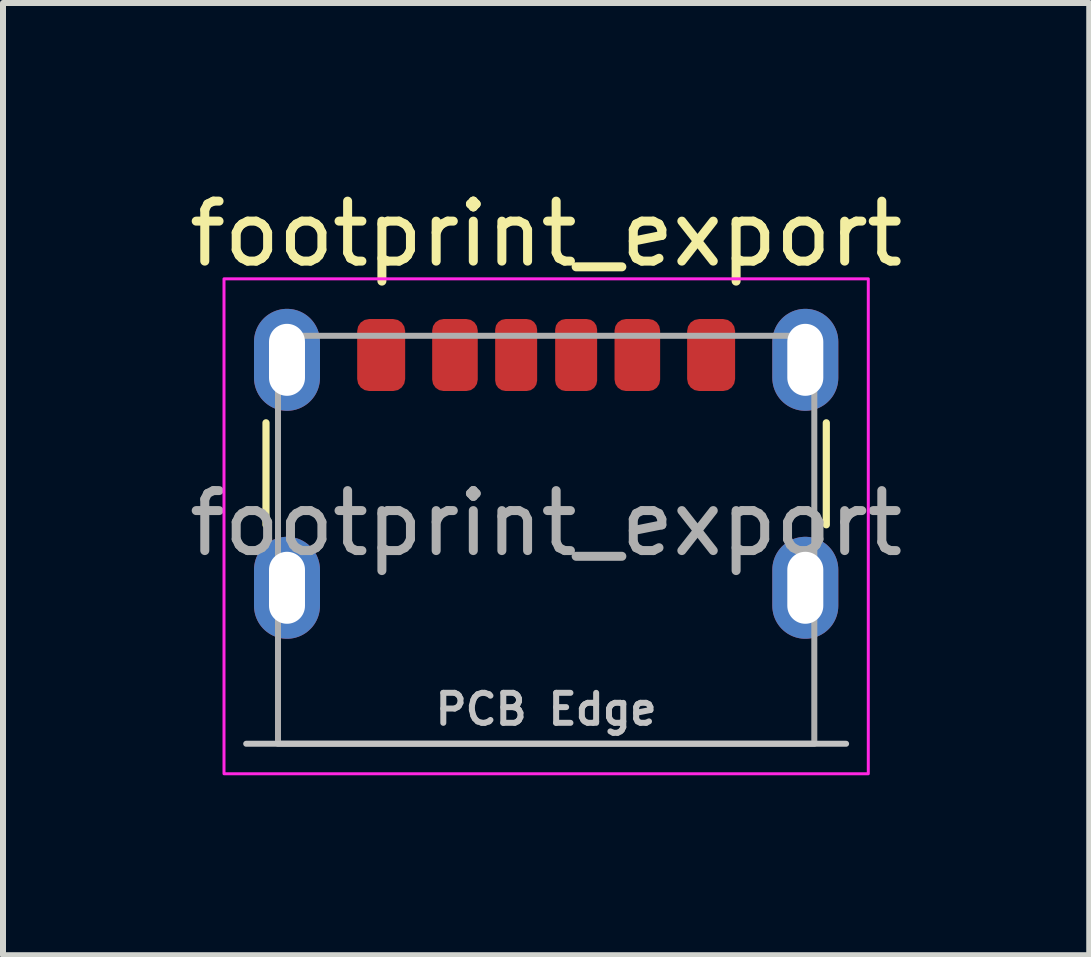
<source format=kicad_pcb>
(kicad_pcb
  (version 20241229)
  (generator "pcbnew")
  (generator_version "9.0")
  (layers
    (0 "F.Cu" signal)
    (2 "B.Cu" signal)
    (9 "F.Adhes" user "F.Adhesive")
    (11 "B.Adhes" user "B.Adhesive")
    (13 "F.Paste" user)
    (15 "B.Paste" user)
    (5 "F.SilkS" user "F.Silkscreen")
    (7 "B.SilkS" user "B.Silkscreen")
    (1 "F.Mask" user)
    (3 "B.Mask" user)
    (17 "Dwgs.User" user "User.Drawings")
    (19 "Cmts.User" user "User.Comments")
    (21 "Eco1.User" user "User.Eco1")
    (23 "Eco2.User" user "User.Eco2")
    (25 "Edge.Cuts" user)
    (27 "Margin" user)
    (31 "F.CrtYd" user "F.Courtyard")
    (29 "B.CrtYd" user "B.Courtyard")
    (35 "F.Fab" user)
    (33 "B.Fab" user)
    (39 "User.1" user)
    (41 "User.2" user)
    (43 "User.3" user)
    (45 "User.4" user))
  (footprint "footprint_export"
    (layer "F.Cu")
    (at 6.054 5.948)
    (property "Reference" "footprint_export" (at 0 -5.1 0) (unlocked yes) (layer "F.SilkS") (effects (font (size 1 1) (thickness 0.15))))
    (attr smd)
    (fp_line (start -4.67 -0.25) (end -4.67 -1.95) (stroke (width 0.12) (type solid)) (layer "F.SilkS"))
    (fp_line (start 4.67 -0.25) (end 4.67 -1.95) (stroke (width 0.12) (type solid)) (layer "F.SilkS"))
    (fp_line (start 5 3.4) (end -5 3.4) (stroke (width 0.1) (type solid)) (layer "Dwgs.User"))
    (fp_rect (start -5.37 -4.35) (end 5.37 3.9) (stroke (width 0.05) (type solid)) (fill no) (layer "F.CrtYd"))
    (fp_rect (start -4.47 -3.4) (end 4.47 3.4) (stroke (width 0.1) (type solid)) (fill no) (layer "F.Fab"))
    (fp_text user "PCB Edge" (at 0 2.825 0) (unlocked yes) (layer "Dwgs.User") (effects (font (size 0.5 0.5) (thickness 0.1))))
    (fp_text user "${REFERENCE}" (at 0 -0.275 0) (unlocked yes) (layer "F.Fab") (effects (font (size 1 1) (thickness 0.15))))
    (pad "A5" smd roundrect (at -0.5 -3.08) (size 0.7 1.2) (layers "F.Cu" "F.Mask" "F.Paste") (roundrect_rratio 0.25))
    (pad "A9" smd roundrect (at 1.52 -3.08 180) (size 0.76 1.2) (layers "F.Cu" "F.Mask" "F.Paste") (roundrect_rratio 0.25))
    (pad "A12" smd roundrect (at 2.75 -3.08 180) (size 0.8 1.2) (layers "F.Cu" "F.Mask" "F.Paste") (roundrect_rratio 0.25))
    (pad "B5" smd roundrect (at 0.5 -3.08 180) (size 0.7 1.2) (layers "F.Cu" "F.Mask" "F.Paste") (roundrect_rratio 0.25))
    (pad "B9" smd roundrect (at -1.52 -3.08) (size 0.76 1.2) (layers "F.Cu" "F.Mask" "F.Paste") (roundrect_rratio 0.25))
    (pad "B12" smd roundrect (at -2.75 -3.08) (size 0.8 1.2) (layers "F.Cu" "F.Mask" "F.Paste") (roundrect_rratio 0.25))
    (pad "S1" thru_hole oval (at -4.32 -3) (size 1.1 1.7) (drill oval 0.6 1.2) (layers "*.Cu" "*.Mask" "F.Paste"))
    (pad "S1" thru_hole oval (at -4.32 0.8) (size 1.1 1.7) (drill oval 0.6 1.2) (layers "*.Cu" "*.Mask" "F.Paste"))
    (pad "S1" thru_hole oval (at 4.32 -3) (size 1.1 1.7) (drill oval 0.6 1.2) (layers "*.Cu" "*.Mask" "F.Paste"))
    (pad "S1" thru_hole oval (at 4.32 0.8) (size 1.1 1.7) (drill oval 0.6 1.2) (layers "*.Cu" "*.Mask" "F.Paste")))
  (gr_rect
    (start -3 -3)
    (end 15.107 12.873)
    (stroke (width 0.1) (type default))
    (fill no)
    (layer "Edge.Cuts")))
</source>
